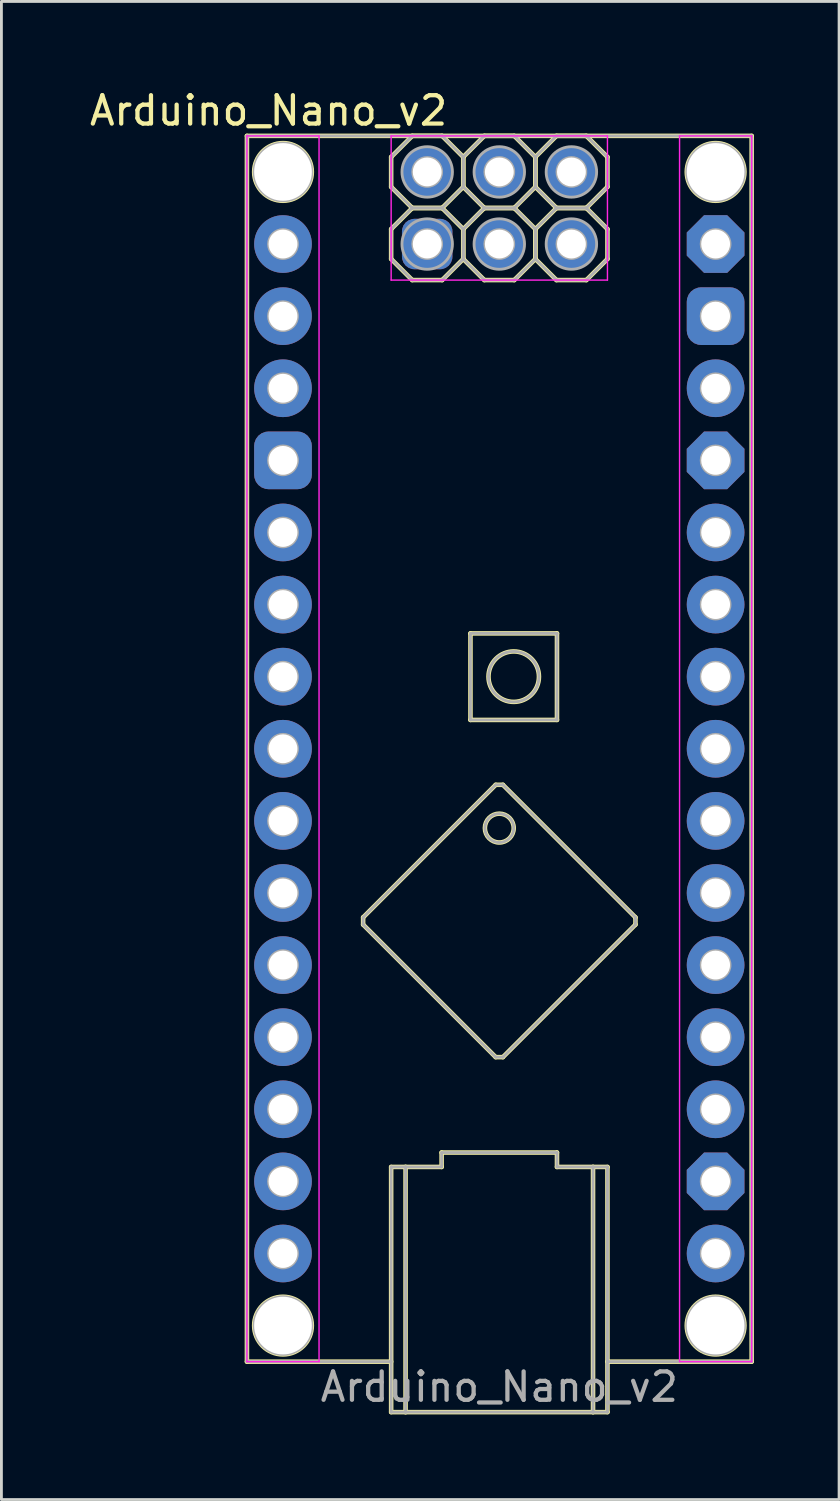
<source format=kicad_pcb>
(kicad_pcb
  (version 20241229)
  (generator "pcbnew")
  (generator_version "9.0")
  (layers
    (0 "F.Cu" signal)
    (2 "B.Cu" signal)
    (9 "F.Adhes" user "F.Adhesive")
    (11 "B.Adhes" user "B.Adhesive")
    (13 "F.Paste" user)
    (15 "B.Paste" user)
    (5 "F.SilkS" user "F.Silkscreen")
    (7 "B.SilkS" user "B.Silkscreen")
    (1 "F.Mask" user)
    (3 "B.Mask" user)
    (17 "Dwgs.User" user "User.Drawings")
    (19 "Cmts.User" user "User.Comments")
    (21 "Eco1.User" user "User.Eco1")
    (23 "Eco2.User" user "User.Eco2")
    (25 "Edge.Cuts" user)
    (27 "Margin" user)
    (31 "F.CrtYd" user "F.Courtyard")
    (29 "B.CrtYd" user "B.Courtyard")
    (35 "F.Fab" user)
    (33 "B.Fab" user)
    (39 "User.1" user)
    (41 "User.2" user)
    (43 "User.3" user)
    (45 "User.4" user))
  (footprint "Arduino_Nano_v2"
    (layer "F.Cu")
    (at 14.539 3.007)
    (property "Reference" "Arduino_Nano_v2" (at -8.128 -2.159 0) (layer "F.SilkS") (effects (font (size 1 1) (thickness 0.15))))
    (attr through_hole)
    (fp_line (start -8.89 -1.27) (end -8.89 41.91) (stroke (width 0.16) (type solid)) (layer "F.SilkS"))
    (fp_line (start -8.89 41.91) (end -3.81 41.91) (stroke (width 0.16) (type solid)) (layer "F.SilkS"))
    (fp_line (start -4.797 26.26) (end -0.127 21.59) (stroke (width 0.16) (type solid)) (layer "F.SilkS"))
    (fp_line (start -4.797 26.514) (end -4.797 26.26) (stroke (width 0.16) (type solid)) (layer "F.SilkS"))
    (fp_line (start -3.81 -0.526) (end -3.81 0.526) (stroke (width 0.16) (type solid)) (layer "F.SilkS"))
    (fp_line (start -3.81 0.526) (end -3.066 1.27) (stroke (width 0.16) (type solid)) (layer "F.SilkS"))
    (fp_line (start -3.81 2.014) (end -3.81 3.066) (stroke (width 0.16) (type solid)) (layer "F.SilkS"))
    (fp_line (start -3.81 3.066) (end -3.066 3.81) (stroke (width 0.16) (type solid)) (layer "F.SilkS"))
    (fp_line (start -3.81 35.052) (end -3.81 43.688) (stroke (width 0.16) (type solid)) (layer "F.SilkS"))
    (fp_line (start -3.302 35.052) (end -3.81 35.052) (stroke (width 0.16) (type solid)) (layer "F.SilkS"))
    (fp_line (start -3.302 35.052) (end -3.302 43.688) (stroke (width 0.16) (type solid)) (layer "F.SilkS"))
    (fp_line (start -3.302 35.052) (end -2.032 35.052) (stroke (width 0.16) (type solid)) (layer "F.SilkS"))
    (fp_line (start -3.302 43.688) (end -3.81 43.688) (stroke (width 0.16) (type solid)) (layer "F.SilkS"))
    (fp_line (start -3.066 -1.27) (end -3.81 -0.526) (stroke (width 0.16) (type solid)) (layer "F.SilkS"))
    (fp_line (start -3.066 1.27) (end -3.81 2.014) (stroke (width 0.16) (type solid)) (layer "F.SilkS"))
    (fp_line (start -3.066 1.27) (end -2.014 1.27) (stroke (width 0.16) (type solid)) (layer "F.SilkS"))
    (fp_line (start -3.066 3.81) (end -2.014 3.81) (stroke (width 0.16) (type solid)) (layer "F.SilkS"))
    (fp_line (start -2.032 34.544) (end -2.032 35.052) (stroke (width 0.16) (type solid)) (layer "F.SilkS"))
    (fp_line (start -2.032 34.544) (end 2.032 34.544) (stroke (width 0.16) (type solid)) (layer "F.SilkS"))
    (fp_line (start -2.014 -1.27) (end -3.066 -1.27) (stroke (width 0.16) (type solid)) (layer "F.SilkS"))
    (fp_line (start -2.014 1.27) (end -3.066 1.27) (stroke (width 0.16) (type solid)) (layer "F.SilkS"))
    (fp_line (start -2.014 1.27) (end -1.27 0.526) (stroke (width 0.16) (type solid)) (layer "F.SilkS"))
    (fp_line (start -2.014 3.81) (end -1.27 3.066) (stroke (width 0.16) (type solid)) (layer "F.SilkS"))
    (fp_line (start -1.27 -0.526) (end -2.014 -1.27) (stroke (width 0.16) (type solid)) (layer "F.SilkS"))
    (fp_line (start -1.27 -0.526) (end -1.27 0.526) (stroke (width 0.16) (type solid)) (layer "F.SilkS"))
    (fp_line (start -1.27 0.526) (end -1.27 -0.526) (stroke (width 0.16) (type solid)) (layer "F.SilkS"))
    (fp_line (start -1.27 0.526) (end -0.526 1.27) (stroke (width 0.16) (type solid)) (layer "F.SilkS"))
    (fp_line (start -1.27 2.014) (end -2.014 1.27) (stroke (width 0.16) (type solid)) (layer "F.SilkS"))
    (fp_line (start -1.27 2.014) (end -1.27 3.066) (stroke (width 0.16) (type solid)) (layer "F.SilkS"))
    (fp_line (start -1.27 3.066) (end -1.27 2.014) (stroke (width 0.16) (type solid)) (layer "F.SilkS"))
    (fp_line (start -1.27 3.066) (end -0.526 3.81) (stroke (width 0.16) (type solid)) (layer "F.SilkS"))
    (fp_line (start -1.016 16.256) (end -1.016 19.304) (stroke (width 0.16) (type solid)) (layer "F.SilkS"))
    (fp_line (start -1.016 19.304) (end 2.032 19.304) (stroke (width 0.16) (type solid)) (layer "F.SilkS"))
    (fp_line (start -0.526 -1.27) (end -1.27 -0.526) (stroke (width 0.16) (type solid)) (layer "F.SilkS"))
    (fp_line (start -0.526 1.27) (end -1.27 2.014) (stroke (width 0.16) (type solid)) (layer "F.SilkS"))
    (fp_line (start -0.526 1.27) (end 0.526 1.27) (stroke (width 0.16) (type solid)) (layer "F.SilkS"))
    (fp_line (start -0.526 3.81) (end 0.526 3.81) (stroke (width 0.16) (type solid)) (layer "F.SilkS"))
    (fp_line (start -0.127 21.59) (end 0.127 21.59) (stroke (width 0.16) (type solid)) (layer "F.SilkS"))
    (fp_line (start -0.127 31.183) (end -4.797 26.514) (stroke (width 0.16) (type solid)) (layer "F.SilkS"))
    (fp_line (start 0.127 21.59) (end 4.797 26.26) (stroke (width 0.16) (type solid)) (layer "F.SilkS"))
    (fp_line (start 0.127 31.183) (end -0.127 31.183) (stroke (width 0.16) (type solid)) (layer "F.SilkS"))
    (fp_line (start 0.526 -1.27) (end -0.526 -1.27) (stroke (width 0.16) (type solid)) (layer "F.SilkS"))
    (fp_line (start 0.526 1.27) (end -0.526 1.27) (stroke (width 0.16) (type solid)) (layer "F.SilkS"))
    (fp_line (start 0.526 1.27) (end 1.27 0.526) (stroke (width 0.16) (type solid)) (layer "F.SilkS"))
    (fp_line (start 0.526 3.81) (end 1.27 3.066) (stroke (width 0.16) (type solid)) (layer "F.SilkS"))
    (fp_line (start 1.27 -0.526) (end 0.526 -1.27) (stroke (width 0.16) (type solid)) (layer "F.SilkS"))
    (fp_line (start 1.27 -0.526) (end 1.27 0.526) (stroke (width 0.16) (type solid)) (layer "F.SilkS"))
    (fp_line (start 1.27 0.526) (end 1.27 -0.526) (stroke (width 0.16) (type solid)) (layer "F.SilkS"))
    (fp_line (start 1.27 0.526) (end 2.014 1.27) (stroke (width 0.16) (type solid)) (layer "F.SilkS"))
    (fp_line (start 1.27 2.014) (end 0.526 1.27) (stroke (width 0.16) (type solid)) (layer "F.SilkS"))
    (fp_line (start 1.27 2.014) (end 1.27 3.066) (stroke (width 0.16) (type solid)) (layer "F.SilkS"))
    (fp_line (start 1.27 3.066) (end 1.27 2.014) (stroke (width 0.16) (type solid)) (layer "F.SilkS"))
    (fp_line (start 1.27 3.066) (end 2.014 3.81) (stroke (width 0.16) (type solid)) (layer "F.SilkS"))
    (fp_line (start 2.014 -1.27) (end 1.27 -0.526) (stroke (width 0.16) (type solid)) (layer "F.SilkS"))
    (fp_line (start 2.014 1.27) (end 1.27 2.014) (stroke (width 0.16) (type solid)) (layer "F.SilkS"))
    (fp_line (start 2.014 1.27) (end 3.066 1.27) (stroke (width 0.16) (type solid)) (layer "F.SilkS"))
    (fp_line (start 2.014 3.81) (end 3.066 3.81) (stroke (width 0.16) (type solid)) (layer "F.SilkS"))
    (fp_line (start 2.032 16.256) (end -1.016 16.256) (stroke (width 0.16) (type solid)) (layer "F.SilkS"))
    (fp_line (start 2.032 19.304) (end 2.032 16.256) (stroke (width 0.16) (type solid)) (layer "F.SilkS"))
    (fp_line (start 2.032 34.544) (end 2.032 35.052) (stroke (width 0.16) (type solid)) (layer "F.SilkS"))
    (fp_line (start 3.066 -1.27) (end 2.014 -1.27) (stroke (width 0.16) (type solid)) (layer "F.SilkS"))
    (fp_line (start 3.066 1.27) (end 2.014 1.27) (stroke (width 0.16) (type solid)) (layer "F.SilkS"))
    (fp_line (start 3.066 1.27) (end 3.81 0.526) (stroke (width 0.16) (type solid)) (layer "F.SilkS"))
    (fp_line (start 3.066 3.81) (end 3.81 3.066) (stroke (width 0.16) (type solid)) (layer "F.SilkS"))
    (fp_line (start 3.302 35.052) (end 2.032 35.052) (stroke (width 0.16) (type solid)) (layer "F.SilkS"))
    (fp_line (start 3.302 35.052) (end 3.302 43.688) (stroke (width 0.16) (type solid)) (layer "F.SilkS"))
    (fp_line (start 3.302 35.052) (end 3.81 35.052) (stroke (width 0.16) (type solid)) (layer "F.SilkS"))
    (fp_line (start 3.302 43.688) (end -3.302 43.688) (stroke (width 0.16) (type solid)) (layer "F.SilkS"))
    (fp_line (start 3.81 -0.526) (end 3.066 -1.27) (stroke (width 0.16) (type solid)) (layer "F.SilkS"))
    (fp_line (start 3.81 0.526) (end 3.81 -0.526) (stroke (width 0.16) (type solid)) (layer "F.SilkS"))
    (fp_line (start 3.81 2.014) (end 3.066 1.27) (stroke (width 0.16) (type solid)) (layer "F.SilkS"))
    (fp_line (start 3.81 3.066) (end 3.81 2.014) (stroke (width 0.16) (type solid)) (layer "F.SilkS"))
    (fp_line (start 3.81 35.052) (end 3.81 43.688) (stroke (width 0.16) (type solid)) (layer "F.SilkS"))
    (fp_line (start 3.81 41.91) (end 8.89 41.91) (stroke (width 0.16) (type solid)) (layer "F.SilkS"))
    (fp_line (start 3.81 43.688) (end 3.302 43.688) (stroke (width 0.16) (type solid)) (layer "F.SilkS"))
    (fp_line (start 4.797 26.26) (end 4.797 26.514) (stroke (width 0.16) (type solid)) (layer "F.SilkS"))
    (fp_line (start 4.797 26.514) (end 0.127 31.183) (stroke (width 0.16) (type solid)) (layer "F.SilkS"))
    (fp_line (start 8.89 -1.27) (end -8.89 -1.27) (stroke (width 0.16) (type solid)) (layer "F.SilkS"))
    (fp_line (start 8.89 41.91) (end 8.89 -1.27) (stroke (width 0.16) (type solid)) (layer "F.SilkS"))
    (fp_circle (center -7.62 0) (end -8.636 0) (stroke (width 0.16) (type solid)) (fill no) (layer "F.SilkS"))
    (fp_circle (center -7.62 40.64) (end -8.636 40.64) (stroke (width 0.16) (type solid)) (fill no) (layer "F.SilkS"))
    (fp_circle (center 0 23.114) (end -0.508 23.114) (stroke (width 0.16) (type solid)) (fill no) (layer "F.SilkS"))
    (fp_circle (center 0.508 17.78) (end -0.381 17.78) (stroke (width 0.16) (type solid)) (fill no) (layer "F.SilkS"))
    (fp_circle (center 7.62 0) (end 6.604 0) (stroke (width 0.16) (type solid)) (fill no) (layer "F.SilkS"))
    (fp_circle (center 7.62 40.64) (end 6.604 40.64) (stroke (width 0.16) (type solid)) (fill no) (layer "F.SilkS"))
    (fp_line (start -8.89 -1.27) (end -8.89 41.91) (stroke (width 0.05) (type solid)) (layer "F.CrtYd"))
    (fp_line (start -8.89 41.91) (end -6.35 41.91) (stroke (width 0.05) (type solid)) (layer "F.CrtYd"))
    (fp_line (start -6.35 -1.27) (end -8.89 -1.27) (stroke (width 0.05) (type default)) (layer "F.CrtYd"))
    (fp_line (start -6.35 -1.27) (end -6.35 41.91) (stroke (width 0.05) (type default)) (layer "F.CrtYd"))
    (fp_line (start -3.81 3.81) (end -3.81 -1.27) (stroke (width 0.05) (type default)) (layer "F.CrtYd"))
    (fp_line (start 3.81 -1.27) (end -3.81 -1.27) (stroke (width 0.05) (type solid)) (layer "F.CrtYd"))
    (fp_line (start 3.81 -1.27) (end 3.81 3.81) (stroke (width 0.05) (type default)) (layer "F.CrtYd"))
    (fp_line (start 3.81 3.81) (end -3.81 3.81) (stroke (width 0.05) (type default)) (layer "F.CrtYd"))
    (fp_line (start 6.35 -1.27) (end 8.89 -1.27) (stroke (width 0.05) (type default)) (layer "F.CrtYd"))
    (fp_line (start 6.35 41.91) (end 6.35 -1.27) (stroke (width 0.05) (type default)) (layer "F.CrtYd"))
    (fp_line (start 6.35 41.91) (end 8.89 41.91) (stroke (width 0.05) (type solid)) (layer "F.CrtYd"))
    (fp_line (start 8.89 41.91) (end 8.89 -1.27) (stroke (width 0.05) (type solid)) (layer "F.CrtYd"))
    (fp_line (start -8.89 -1.27) (end -8.89 41.91) (stroke (width 0.1) (type solid)) (layer "F.Fab"))
    (fp_line (start -8.89 41.91) (end -3.81 41.91) (stroke (width 0.1) (type solid)) (layer "F.Fab"))
    (fp_line (start -4.797 26.26) (end -0.127 21.59) (stroke (width 0.1) (type solid)) (layer "F.Fab"))
    (fp_line (start -4.797 26.514) (end -4.797 26.26) (stroke (width 0.1) (type solid)) (layer "F.Fab"))
    (fp_line (start -3.81 -0.526) (end -3.81 0.526) (stroke (width 0.1) (type solid)) (layer "F.Fab"))
    (fp_line (start -3.81 0.526) (end -3.066 1.27) (stroke (width 0.1) (type solid)) (layer "F.Fab"))
    (fp_line (start -3.81 2.014) (end -3.81 3.066) (stroke (width 0.1) (type solid)) (layer "F.Fab"))
    (fp_line (start -3.81 3.066) (end -3.066 3.81) (stroke (width 0.1) (type solid)) (layer "F.Fab"))
    (fp_line (start -3.81 35.052) (end -3.81 43.688) (stroke (width 0.1) (type solid)) (layer "F.Fab"))
    (fp_line (start -3.302 35.052) (end -3.81 35.052) (stroke (width 0.1) (type solid)) (layer "F.Fab"))
    (fp_line (start -3.302 35.052) (end -3.302 43.688) (stroke (width 0.1) (type solid)) (layer "F.Fab"))
    (fp_line (start -3.302 35.052) (end -2.032 35.052) (stroke (width 0.1) (type solid)) (layer "F.Fab"))
    (fp_line (start -3.302 43.688) (end -3.81 43.688) (stroke (width 0.1) (type solid)) (layer "F.Fab"))
    (fp_line (start -3.066 -1.27) (end -3.81 -0.526) (stroke (width 0.1) (type solid)) (layer "F.Fab"))
    (fp_line (start -3.066 1.27) (end -3.81 2.014) (stroke (width 0.1) (type solid)) (layer "F.Fab"))
    (fp_line (start -3.066 1.27) (end -2.014 1.27) (stroke (width 0.1) (type solid)) (layer "F.Fab"))
    (fp_line (start -3.066 3.81) (end -2.014 3.81) (stroke (width 0.1) (type solid)) (layer "F.Fab"))
    (fp_line (start -2.032 34.544) (end -2.032 35.052) (stroke (width 0.1) (type solid)) (layer "F.Fab"))
    (fp_line (start -2.032 34.544) (end 2.032 34.544) (stroke (width 0.1) (type solid)) (layer "F.Fab"))
    (fp_line (start -2.014 -1.27) (end -3.066 -1.27) (stroke (width 0.1) (type solid)) (layer "F.Fab"))
    (fp_line (start -2.014 1.27) (end -3.066 1.27) (stroke (width 0.1) (type solid)) (layer "F.Fab"))
    (fp_line (start -2.014 1.27) (end -1.27 0.526) (stroke (width 0.1) (type solid)) (layer "F.Fab"))
    (fp_line (start -2.014 3.81) (end -1.27 3.066) (stroke (width 0.1) (type solid)) (layer "F.Fab"))
    (fp_line (start -1.27 -0.526) (end -2.014 -1.27) (stroke (width 0.1) (type solid)) (layer "F.Fab"))
    (fp_line (start -1.27 -0.526) (end -1.27 0.526) (stroke (width 0.1) (type solid)) (layer "F.Fab"))
    (fp_line (start -1.27 0.526) (end -1.27 -0.526) (stroke (width 0.1) (type solid)) (layer "F.Fab"))
    (fp_line (start -1.27 0.526) (end -0.526 1.27) (stroke (width 0.1) (type solid)) (layer "F.Fab"))
    (fp_line (start -1.27 2.014) (end -2.014 1.27) (stroke (width 0.1) (type solid)) (layer "F.Fab"))
    (fp_line (start -1.27 2.014) (end -1.27 3.066) (stroke (width 0.1) (type solid)) (layer "F.Fab"))
    (fp_line (start -1.27 3.066) (end -1.27 2.014) (stroke (width 0.1) (type solid)) (layer "F.Fab"))
    (fp_line (start -1.27 3.066) (end -0.526 3.81) (stroke (width 0.1) (type solid)) (layer "F.Fab"))
    (fp_line (start -1.016 16.256) (end -1.016 19.304) (stroke (width 0.1) (type solid)) (layer "F.Fab"))
    (fp_line (start -1.016 19.304) (end 2.032 19.304) (stroke (width 0.1) (type solid)) (layer "F.Fab"))
    (fp_line (start -0.526 -1.27) (end -1.27 -0.526) (stroke (width 0.1) (type solid)) (layer "F.Fab"))
    (fp_line (start -0.526 1.27) (end -1.27 2.014) (stroke (width 0.1) (type solid)) (layer "F.Fab"))
    (fp_line (start -0.526 1.27) (end 0.526 1.27) (stroke (width 0.1) (type solid)) (layer "F.Fab"))
    (fp_line (start -0.526 3.81) (end 0.526 3.81) (stroke (width 0.1) (type solid)) (layer "F.Fab"))
    (fp_line (start -0.127 21.59) (end 0.127 21.59) (stroke (width 0.1) (type solid)) (layer "F.Fab"))
    (fp_line (start -0.127 31.183) (end -4.797 26.514) (stroke (width 0.1) (type solid)) (layer "F.Fab"))
    (fp_line (start 0.127 21.59) (end 4.797 26.26) (stroke (width 0.1) (type solid)) (layer "F.Fab"))
    (fp_line (start 0.127 31.183) (end -0.127 31.183) (stroke (width 0.1) (type solid)) (layer "F.Fab"))
    (fp_line (start 0.526 -1.27) (end -0.526 -1.27) (stroke (width 0.1) (type solid)) (layer "F.Fab"))
    (fp_line (start 0.526 1.27) (end -0.526 1.27) (stroke (width 0.1) (type solid)) (layer "F.Fab"))
    (fp_line (start 0.526 1.27) (end 1.27 0.526) (stroke (width 0.1) (type solid)) (layer "F.Fab"))
    (fp_line (start 0.526 3.81) (end 1.27 3.066) (stroke (width 0.1) (type solid)) (layer "F.Fab"))
    (fp_line (start 1.27 -0.526) (end 0.526 -1.27) (stroke (width 0.1) (type solid)) (layer "F.Fab"))
    (fp_line (start 1.27 -0.526) (end 1.27 0.526) (stroke (width 0.1) (type solid)) (layer "F.Fab"))
    (fp_line (start 1.27 0.526) (end 1.27 -0.526) (stroke (width 0.1) (type solid)) (layer "F.Fab"))
    (fp_line (start 1.27 0.526) (end 2.014 1.27) (stroke (width 0.1) (type solid)) (layer "F.Fab"))
    (fp_line (start 1.27 2.014) (end 0.526 1.27) (stroke (width 0.1) (type solid)) (layer "F.Fab"))
    (fp_line (start 1.27 2.014) (end 1.27 3.066) (stroke (width 0.1) (type solid)) (layer "F.Fab"))
    (fp_line (start 1.27 3.066) (end 1.27 2.014) (stroke (width 0.1) (type solid)) (layer "F.Fab"))
    (fp_line (start 1.27 3.066) (end 2.014 3.81) (stroke (width 0.1) (type solid)) (layer "F.Fab"))
    (fp_line (start 2.014 -1.27) (end 1.27 -0.526) (stroke (width 0.1) (type solid)) (layer "F.Fab"))
    (fp_line (start 2.014 1.27) (end 1.27 2.014) (stroke (width 0.1) (type solid)) (layer "F.Fab"))
    (fp_line (start 2.014 1.27) (end 3.066 1.27) (stroke (width 0.1) (type solid)) (layer "F.Fab"))
    (fp_line (start 2.014 3.81) (end 3.066 3.81) (stroke (width 0.1) (type solid)) (layer "F.Fab"))
    (fp_line (start 2.032 16.256) (end -1.016 16.256) (stroke (width 0.1) (type solid)) (layer "F.Fab"))
    (fp_line (start 2.032 19.304) (end 2.032 16.256) (stroke (width 0.1) (type solid)) (layer "F.Fab"))
    (fp_line (start 2.032 34.544) (end 2.032 35.052) (stroke (width 0.1) (type solid)) (layer "F.Fab"))
    (fp_line (start 3.066 -1.27) (end 2.014 -1.27) (stroke (width 0.1) (type solid)) (layer "F.Fab"))
    (fp_line (start 3.066 1.27) (end 2.014 1.27) (stroke (width 0.1) (type solid)) (layer "F.Fab"))
    (fp_line (start 3.066 1.27) (end 3.81 0.526) (stroke (width 0.1) (type solid)) (layer "F.Fab"))
    (fp_line (start 3.066 3.81) (end 3.81 3.066) (stroke (width 0.1) (type solid)) (layer "F.Fab"))
    (fp_line (start 3.302 35.052) (end 2.032 35.052) (stroke (width 0.1) (type solid)) (layer "F.Fab"))
    (fp_line (start 3.302 35.052) (end 3.302 43.688) (stroke (width 0.1) (type solid)) (layer "F.Fab"))
    (fp_line (start 3.302 35.052) (end 3.81 35.052) (stroke (width 0.1) (type solid)) (layer "F.Fab"))
    (fp_line (start 3.302 43.688) (end -3.302 43.688) (stroke (width 0.1) (type solid)) (layer "F.Fab"))
    (fp_line (start 3.81 -0.526) (end 3.066 -1.27) (stroke (width 0.1) (type solid)) (layer "F.Fab"))
    (fp_line (start 3.81 0.526) (end 3.81 -0.526) (stroke (width 0.1) (type solid)) (layer "F.Fab"))
    (fp_line (start 3.81 2.014) (end 3.066 1.27) (stroke (width 0.1) (type solid)) (layer "F.Fab"))
    (fp_line (start 3.81 3.066) (end 3.81 2.014) (stroke (width 0.1) (type solid)) (layer "F.Fab"))
    (fp_line (start 3.81 35.052) (end 3.81 43.688) (stroke (width 0.1) (type solid)) (layer "F.Fab"))
    (fp_line (start 3.81 41.91) (end 8.89 41.91) (stroke (width 0.1) (type solid)) (layer "F.Fab"))
    (fp_line (start 3.81 43.688) (end 3.302 43.688) (stroke (width 0.1) (type solid)) (layer "F.Fab"))
    (fp_line (start 4.797 26.26) (end 4.797 26.514) (stroke (width 0.1) (type solid)) (layer "F.Fab"))
    (fp_line (start 4.797 26.514) (end 0.127 31.183) (stroke (width 0.1) (type solid)) (layer "F.Fab"))
    (fp_line (start 8.89 -1.27) (end -8.89 -1.27) (stroke (width 0.1) (type solid)) (layer "F.Fab"))
    (fp_line (start 8.89 41.91) (end 8.89 -1.27) (stroke (width 0.1) (type solid)) (layer "F.Fab"))
    (fp_circle (center -7.62 0) (end -8.636 0) (stroke (width 0.1) (type solid)) (fill no) (layer "F.Fab"))
    (fp_circle (center -7.62 2.54) (end -8.128 2.54) (stroke (width 0.1) (type solid)) (fill no) (layer "F.Fab"))
    (fp_circle (center -7.62 5.08) (end -8.128 5.08) (stroke (width 0.1) (type solid)) (fill no) (layer "F.Fab"))
    (fp_circle (center -7.62 7.62) (end -8.128 7.62) (stroke (width 0.1) (type solid)) (fill no) (layer "F.Fab"))
    (fp_circle (center -7.62 10.16) (end -8.128 10.16) (stroke (width 0.1) (type solid)) (fill no) (layer "F.Fab"))
    (fp_circle (center -7.62 12.7) (end -8.128 12.7) (stroke (width 0.1) (type solid)) (fill no) (layer "F.Fab"))
    (fp_circle (center -7.62 15.24) (end -8.128 15.24) (stroke (width 0.1) (type solid)) (fill no) (layer "F.Fab"))
    (fp_circle (center -7.62 17.78) (end -8.128 17.78) (stroke (width 0.1) (type solid)) (fill no) (layer "F.Fab"))
    (fp_circle (center -7.62 20.32) (end -8.128 20.32) (stroke (width 0.1) (type solid)) (fill no) (layer "F.Fab"))
    (fp_circle (center -7.62 22.86) (end -8.128 22.86) (stroke (width 0.1) (type solid)) (fill no) (layer "F.Fab"))
    (fp_circle (center -7.62 25.4) (end -8.128 25.4) (stroke (width 0.1) (type solid)) (fill no) (layer "F.Fab"))
    (fp_circle (center -7.62 27.94) (end -8.128 27.94) (stroke (width 0.1) (type solid)) (fill no) (layer "F.Fab"))
    (fp_circle (center -7.62 30.48) (end -8.128 30.48) (stroke (width 0.1) (type solid)) (fill no) (layer "F.Fab"))
    (fp_circle (center -7.62 33.02) (end -8.128 33.02) (stroke (width 0.1) (type solid)) (fill no) (layer "F.Fab"))
    (fp_circle (center -7.62 35.56) (end -8.128 35.56) (stroke (width 0.1) (type solid)) (fill no) (layer "F.Fab"))
    (fp_circle (center -7.62 38.1) (end -8.128 38.1) (stroke (width 0.1) (type solid)) (fill no) (layer "F.Fab"))
    (fp_circle (center -7.62 40.64) (end -8.636 40.64) (stroke (width 0.1) (type solid)) (fill no) (layer "F.Fab"))
    (fp_circle (center -2.54 0) (end -3.429 0) (stroke (width 0.1) (type solid)) (fill no) (layer "F.Fab"))
    (fp_circle (center -2.54 0) (end -3.048 0) (stroke (width 0.1) (type solid)) (fill no) (layer "F.Fab"))
    (fp_circle (center -2.54 2.54) (end -3.429 2.54) (stroke (width 0.1) (type solid)) (fill no) (layer "F.Fab"))
    (fp_circle (center -2.54 2.54) (end -3.048 2.54) (stroke (width 0.1) (type solid)) (fill no) (layer "F.Fab"))
    (fp_circle (center 0 0) (end -0.889 0) (stroke (width 0.1) (type solid)) (fill no) (layer "F.Fab"))
    (fp_circle (center 0 0) (end -0.508 0) (stroke (width 0.1) (type solid)) (fill no) (layer "F.Fab"))
    (fp_circle (center 0 2.54) (end -0.889 2.54) (stroke (width 0.1) (type solid)) (fill no) (layer "F.Fab"))
    (fp_circle (center 0 2.54) (end -0.508 2.54) (stroke (width 0.1) (type solid)) (fill no) (layer "F.Fab"))
    (fp_circle (center 0 23.114) (end -0.508 23.114) (stroke (width 0.1) (type solid)) (fill no) (layer "F.Fab"))
    (fp_circle (center 0.508 17.78) (end -0.381 17.78) (stroke (width 0.1) (type solid)) (fill no) (layer "F.Fab"))
    (fp_circle (center 2.54 0) (end 1.651 0) (stroke (width 0.1) (type solid)) (fill no) (layer "F.Fab"))
    (fp_circle (center 2.54 0) (end 2.032 0) (stroke (width 0.1) (type solid)) (fill no) (layer "F.Fab"))
    (fp_circle (center 2.54 2.54) (end 1.651 2.54) (stroke (width 0.1) (type solid)) (fill no) (layer "F.Fab"))
    (fp_circle (center 2.54 2.54) (end 2.032 2.54) (stroke (width 0.1) (type solid)) (fill no) (layer "F.Fab"))
    (fp_circle (center 7.62 0) (end 6.604 0) (stroke (width 0.1) (type solid)) (fill no) (layer "F.Fab"))
    (fp_circle (center 7.62 2.54) (end 7.112 2.54) (stroke (width 0.1) (type solid)) (fill no) (layer "F.Fab"))
    (fp_circle (center 7.62 5.08) (end 7.112 5.08) (stroke (width 0.1) (type solid)) (fill no) (layer "F.Fab"))
    (fp_circle (center 7.62 7.62) (end 7.112 7.62) (stroke (width 0.1) (type solid)) (fill no) (layer "F.Fab"))
    (fp_circle (center 7.62 10.16) (end 7.112 10.16) (stroke (width 0.1) (type solid)) (fill no) (layer "F.Fab"))
    (fp_circle (center 7.62 12.7) (end 7.112 12.7) (stroke (width 0.1) (type solid)) (fill no) (layer "F.Fab"))
    (fp_circle (center 7.62 15.24) (end 7.112 15.24) (stroke (width 0.1) (type solid)) (fill no) (layer "F.Fab"))
    (fp_circle (center 7.62 17.78) (end 7.112 17.78) (stroke (width 0.1) (type solid)) (fill no) (layer "F.Fab"))
    (fp_circle (center 7.62 20.32) (end 7.112 20.32) (stroke (width 0.1) (type solid)) (fill no) (layer "F.Fab"))
    (fp_circle (center 7.62 22.86) (end 7.112 22.86) (stroke (width 0.1) (type solid)) (fill no) (layer "F.Fab"))
    (fp_circle (center 7.62 25.4) (end 7.112 25.4) (stroke (width 0.1) (type solid)) (fill no) (layer "F.Fab"))
    (fp_circle (center 7.62 27.94) (end 7.112 27.94) (stroke (width 0.1) (type solid)) (fill no) (layer "F.Fab"))
    (fp_circle (center 7.62 30.48) (end 7.112 30.48) (stroke (width 0.1) (type solid)) (fill no) (layer "F.Fab"))
    (fp_circle (center 7.62 33.02) (end 7.112 33.02) (stroke (width 0.1) (type solid)) (fill no) (layer "F.Fab"))
    (fp_circle (center 7.62 35.56) (end 7.112 35.56) (stroke (width 0.1) (type solid)) (fill no) (layer "F.Fab"))
    (fp_circle (center 7.62 38.1) (end 7.112 38.1) (stroke (width 0.1) (type solid)) (fill no) (layer "F.Fab"))
    (fp_circle (center 7.62 40.64) (end 6.604 40.64) (stroke (width 0.1) (type solid)) (fill no) (layer "F.Fab"))
    (fp_text user "${REFERENCE}" (at 0 42.799 0) (layer "F.Fab") (effects (font (size 1 1) (thickness 0.15))))
    (pad "" np_thru_hole circle (at -7.62 0) (size 2.032 2.032) (drill 2.032) (layers "*.Cu" "*.Mask"))
    (pad "" np_thru_hole circle (at -7.62 40.64) (size 2.032 2.032) (drill 2.032) (layers "*.Cu" "*.Mask"))
    (pad "" np_thru_hole circle (at 7.62 0) (size 2.032 2.032) (drill 2.032) (layers "*.Cu" "*.Mask"))
    (pad "" np_thru_hole circle (at 7.62 40.64) (size 2.032 2.032) (drill 2.032) (layers "*.Cu" "*.Mask"))
    (pad "3V3" thru_hole roundrect (at 7.62 35.56) (size 2.032 2.032) (drill 1.016) (layers "*.Cu" "*.Mask") (roundrect_rratio 0) (chamfer_ratio 0.3) (chamfer top_left top_right bottom_left bottom_right))
    (pad "5V" thru_hole circle (at 2.54 2.54) (size 1.778 1.778) (drill 1.016) (layers "*.Cu" "*.Mask"))
    (pad "5V" thru_hole roundrect (at 7.62 10.16) (size 2.032 2.032) (drill 1.016) (layers "*.Cu" "*.Mask") (roundrect_rratio 0) (chamfer_ratio 0.3) (chamfer top_left top_right bottom_left bottom_right))
    (pad "A0" thru_hole circle (at 7.62 30.48) (size 2.032 2.032) (drill 1.016) (layers "*.Cu" "*.Mask"))
    (pad "A1" thru_hole circle (at 7.62 27.94) (size 2.032 2.032) (drill 1.016) (layers "*.Cu" "*.Mask"))
    (pad "A2" thru_hole circle (at 7.62 25.4) (size 2.032 2.032) (drill 1.016) (layers "*.Cu" "*.Mask"))
    (pad "A3" thru_hole circle (at 7.62 22.86) (size 2.032 2.032) (drill 1.016) (layers "*.Cu" "*.Mask"))
    (pad "A4" thru_hole circle (at 7.62 20.32) (size 2.032 2.032) (drill 1.016) (layers "*.Cu" "*.Mask"))
    (pad "A5" thru_hole circle (at 7.62 17.78) (size 2.032 2.032) (drill 1.016) (layers "*.Cu" "*.Mask"))
    (pad "A6" thru_hole circle (at 7.62 15.24) (size 2.032 2.032) (drill 1.016) (layers "*.Cu" "*.Mask"))
    (pad "A7" thru_hole circle (at 7.62 12.7) (size 2.032 2.032) (drill 1.016) (layers "*.Cu" "*.Mask"))
    (pad "AREF" thru_hole circle (at 7.62 33.02) (size 2.032 2.032) (drill 1.016) (layers "*.Cu" "*.Mask"))
    (pad "D0" thru_hole circle (at -7.62 5.08) (size 2.032 2.032) (drill 1.016) (layers "*.Cu" "*.Mask"))
    (pad "D1" thru_hole circle (at -7.62 2.54) (size 2.032 2.032) (drill 1.016) (layers "*.Cu" "*.Mask"))
    (pad "D2" thru_hole circle (at -7.62 12.7) (size 2.032 2.032) (drill 1.016) (layers "*.Cu" "*.Mask"))
    (pad "D3" thru_hole circle (at -7.62 15.24) (size 2.032 2.032) (drill 1.016) (layers "*.Cu" "*.Mask"))
    (pad "D4" thru_hole circle (at -7.62 17.78) (size 2.032 2.032) (drill 1.016) (layers "*.Cu" "*.Mask"))
    (pad "D5" thru_hole circle (at -7.62 20.32) (size 2.032 2.032) (drill 1.016) (layers "*.Cu" "*.Mask"))
    (pad "D6" thru_hole circle (at -7.62 22.86) (size 2.032 2.032) (drill 1.016) (layers "*.Cu" "*.Mask"))
    (pad "D7" thru_hole circle (at -7.62 25.4) (size 2.032 2.032) (drill 1.016) (layers "*.Cu" "*.Mask"))
    (pad "D8" thru_hole circle (at -7.62 27.94) (size 2.032 2.032) (drill 1.016) (layers "*.Cu" "*.Mask"))
    (pad "D9" thru_hole circle (at -7.62 30.48) (size 2.032 2.032) (drill 1.016) (layers "*.Cu" "*.Mask"))
    (pad "D10" thru_hole circle (at -7.62 33.02) (size 2.032 2.032) (drill 1.016) (layers "*.Cu" "*.Mask"))
    (pad "D11" thru_hole circle (at -7.62 35.56) (size 2.032 2.032) (drill 1.016) (layers "*.Cu" "*.Mask"))
    (pad "D11" thru_hole circle (at 0 2.54) (size 1.778 1.778) (drill 1.016) (layers "*.Cu" "*.Mask"))
    (pad "D12" thru_hole circle (at -7.62 38.1) (size 2.032 2.032) (drill 1.016) (layers "*.Cu" "*.Mask"))
    (pad "D12" thru_hole circle (at 2.54 0) (size 1.778 1.778) (drill 1.016) (layers "*.Cu" "*.Mask"))
    (pad "D13" thru_hole circle (at 0 0) (size 1.778 1.778) (drill 1.016) (layers "*.Cu" "*.Mask"))
    (pad "D13" thru_hole circle (at 7.62 38.1) (size 2.032 2.032) (drill 1.016) (layers "*.Cu" "*.Mask"))
    (pad "GND1" thru_hole roundrect (at -7.62 10.16) (size 2.032 2.032) (drill 1.016) (layers "*.Cu" "*.Mask") (roundrect_rratio 0.25))
    (pad "GND1" thru_hole roundrect (at -2.54 2.54) (size 1.778 1.778) (drill 1.016) (layers "*.Cu" "*.Mask") (roundrect_rratio 0.25))
    (pad "GND2" thru_hole roundrect (at 7.62 5.08) (size 2.032 2.032) (drill 1.016) (layers "*.Cu" "*.Mask") (roundrect_rratio 0.25))
    (pad "RST1" thru_hole circle (at -7.62 7.62) (size 2.032 2.032) (drill 1.016) (layers "*.Cu" "*.Mask"))
    (pad "RST1" thru_hole circle (at -2.54 0) (size 1.778 1.778) (drill 1.016) (layers "*.Cu" "*.Mask"))
    (pad "RST2" thru_hole circle (at 7.62 7.62) (size 2.032 2.032) (drill 1.016) (layers "*.Cu" "*.Mask"))
    (pad "VIN" thru_hole roundrect (at 7.62 2.54) (size 2.032 2.032) (drill 1.016) (layers "*.Cu" "*.Mask") (roundrect_rratio 0.35) (chamfer_ratio 0.3) (chamfer top_left top_right bottom_left bottom_right)))
  (gr_rect
    (start -3 -3)
    (end 26.509 49.775)
    (stroke (width 0.1) (type default))
    (fill no)
    (layer "Edge.Cuts")))
</source>
